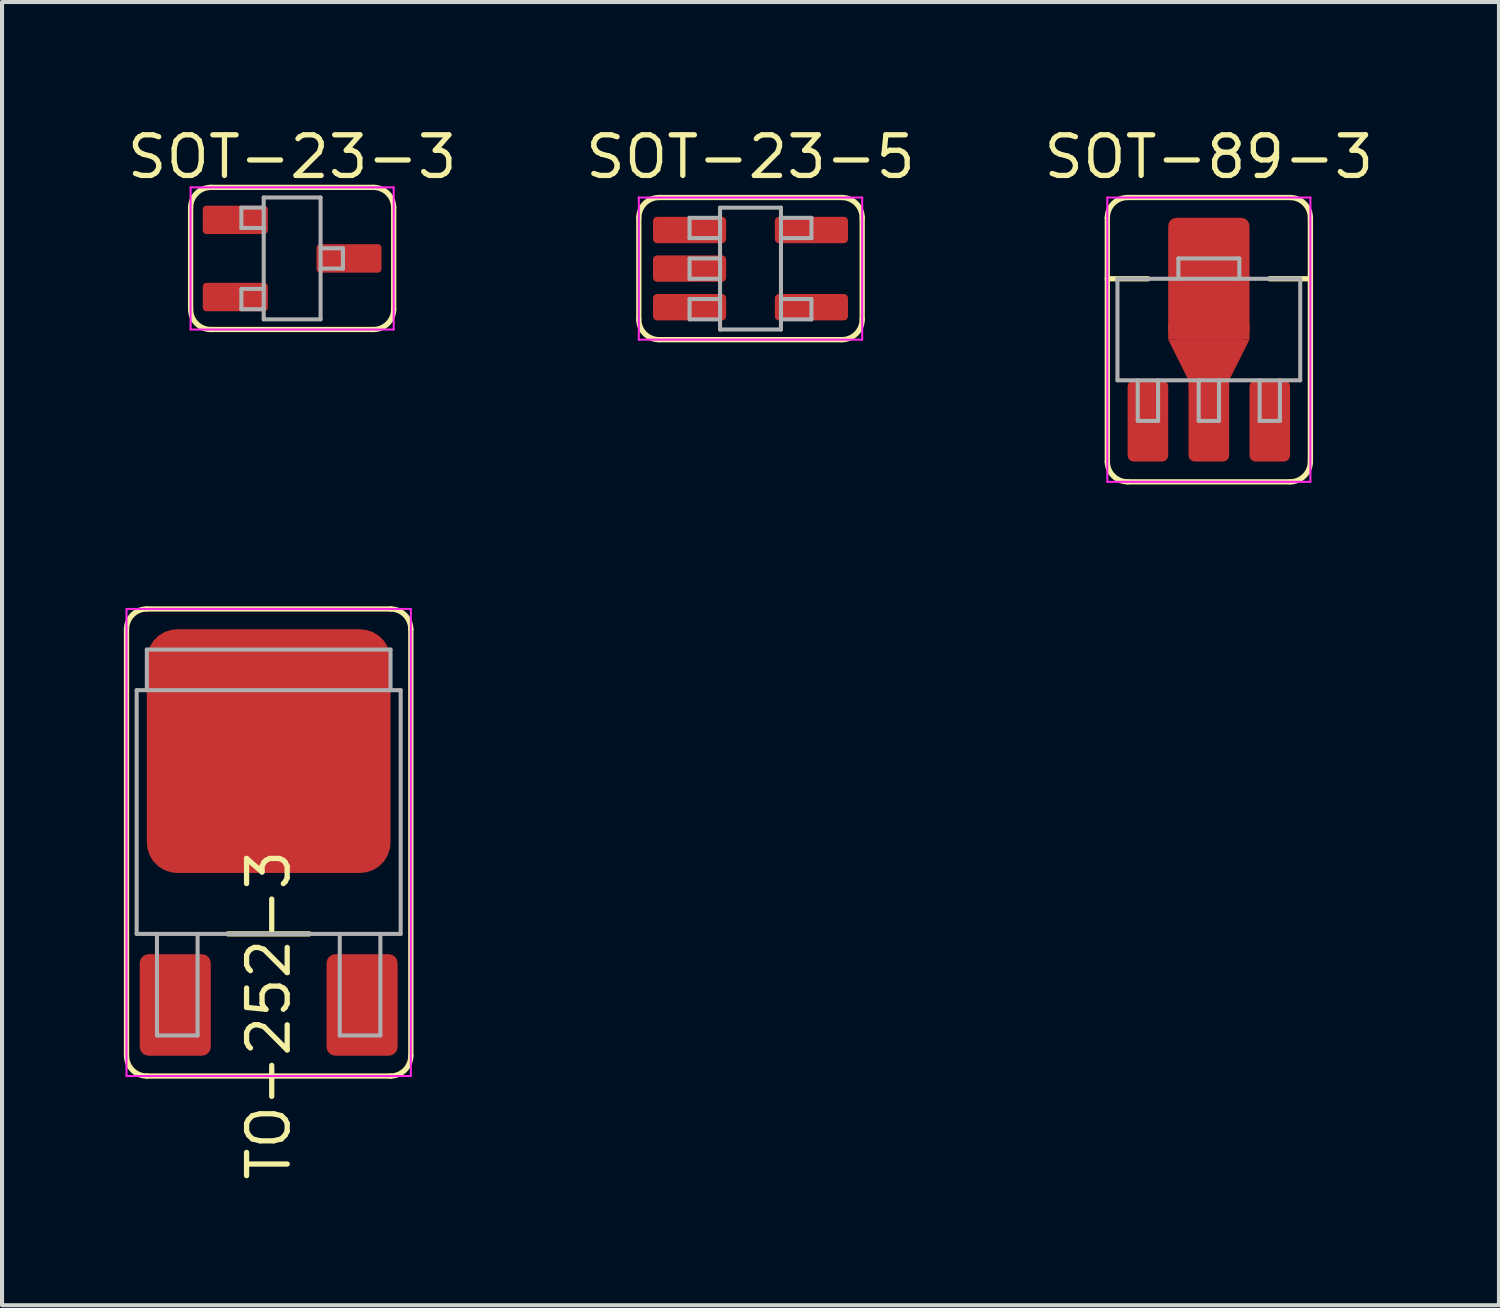
<source format=kicad_pcb>
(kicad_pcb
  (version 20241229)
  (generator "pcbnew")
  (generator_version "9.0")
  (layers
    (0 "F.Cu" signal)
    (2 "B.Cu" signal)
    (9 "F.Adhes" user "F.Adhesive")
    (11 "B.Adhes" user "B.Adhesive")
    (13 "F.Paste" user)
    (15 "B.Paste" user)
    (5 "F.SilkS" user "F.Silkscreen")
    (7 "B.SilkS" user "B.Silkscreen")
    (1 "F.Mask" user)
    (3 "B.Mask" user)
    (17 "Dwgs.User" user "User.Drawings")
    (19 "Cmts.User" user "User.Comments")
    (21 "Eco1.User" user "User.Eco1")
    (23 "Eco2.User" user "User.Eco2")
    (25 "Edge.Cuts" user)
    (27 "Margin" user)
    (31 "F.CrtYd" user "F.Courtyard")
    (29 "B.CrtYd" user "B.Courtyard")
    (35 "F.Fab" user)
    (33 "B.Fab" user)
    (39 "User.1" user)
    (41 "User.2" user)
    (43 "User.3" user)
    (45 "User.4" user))
  (footprint "SOT-89-3"
    (layer "F.Cu")
    (at 26.713 6.313)
    (property "Reference" "SOT-89-3" (at 0 -5.5 0) (layer "F.SilkS") (effects (font (size 1 1) (thickness 0.13))))
    (attr smd)
    (fp_line (start -2.5 2) (end -2.5 -4) (stroke (width 0.13) (type solid)) (layer "F.SilkS"))
    (fp_line (start -2 -4.5) (end 2 -4.5) (stroke (width 0.13) (type solid)) (layer "F.SilkS"))
    (fp_line (start -1.5 -2.5) (end -2.5 -2.5) (stroke (width 0.13) (type solid)) (layer "F.SilkS"))
    (fp_line (start 1.5 -2.5) (end 2.5 -2.5) (stroke (width 0.13) (type solid)) (layer "F.SilkS"))
    (fp_line (start 2 2.5) (end -2 2.5) (stroke (width 0.13) (type solid)) (layer "F.SilkS"))
    (fp_line (start 2.5 -4) (end 2.5 2) (stroke (width 0.13) (type solid)) (layer "F.SilkS"))
    (fp_arc (start -2.5 -4) (mid -2.353553 -4.353553) (end -2 -4.5) (stroke (width 0.13) (type solid)) (layer "F.SilkS"))
    (fp_arc (start -2 2.5) (mid -2.353553 2.353553) (end -2.5 2) (stroke (width 0.13) (type solid)) (layer "F.SilkS"))
    (fp_arc (start 2 -4.5) (mid 2.353553 -4.353553) (end 2.5 -4) (stroke (width 0.13) (type solid)) (layer "F.SilkS"))
    (fp_arc (start 2.5 2) (mid 2.353553 2.353553) (end 2 2.5) (stroke (width 0.13) (type solid)) (layer "F.SilkS"))
    (fp_line (start -2.5 -4.5) (end -2.5 2.5) (stroke (width 0.05) (type solid)) (layer "F.CrtYd"))
    (fp_line (start -2.5 2.5) (end 2.5 2.5) (stroke (width 0.05) (type solid)) (layer "F.CrtYd"))
    (fp_line (start 2.5 -4.5) (end -2.5 -4.5) (stroke (width 0.05) (type solid)) (layer "F.CrtYd"))
    (fp_line (start 2.5 2.5) (end 2.5 -4.5) (stroke (width 0.05) (type solid)) (layer "F.CrtYd"))
    (fp_line (start -2.25 -2.5) (end 2.25 -2.5) (stroke (width 0.1) (type solid)) (layer "F.Fab"))
    (fp_line (start -2.25 0) (end -2.25 -2.5) (stroke (width 0.1) (type solid)) (layer "F.Fab"))
    (fp_line (start -1.75 1) (end -1.75 0) (stroke (width 0.1) (type solid)) (layer "F.Fab"))
    (fp_line (start -1.25 0) (end -1.25 1) (stroke (width 0.1) (type solid)) (layer "F.Fab"))
    (fp_line (start -1.25 1) (end -1.75 1) (stroke (width 0.1) (type solid)) (layer "F.Fab"))
    (fp_line (start -0.75 -3) (end 0.75 -3) (stroke (width 0.1) (type solid)) (layer "F.Fab"))
    (fp_line (start -0.75 -2.5) (end -0.75 -3) (stroke (width 0.1) (type solid)) (layer "F.Fab"))
    (fp_line (start -0.25 0) (end -0.25 1) (stroke (width 0.1) (type solid)) (layer "F.Fab"))
    (fp_line (start -0.25 1) (end 0.25 1) (stroke (width 0.1) (type solid)) (layer "F.Fab"))
    (fp_line (start 0.25 1) (end 0.25 0) (stroke (width 0.1) (type solid)) (layer "F.Fab"))
    (fp_line (start 0.75 -3) (end 0.75 -2.5) (stroke (width 0.1) (type solid)) (layer "F.Fab"))
    (fp_line (start 1.25 0) (end 1.25 1) (stroke (width 0.1) (type solid)) (layer "F.Fab"))
    (fp_line (start 1.25 1) (end 1.75 1) (stroke (width 0.1) (type solid)) (layer "F.Fab"))
    (fp_line (start 1.75 1) (end 1.75 0) (stroke (width 0.1) (type solid)) (layer "F.Fab"))
    (fp_line (start 2.25 -2.5) (end 2.25 0) (stroke (width 0.1) (type solid)) (layer "F.Fab"))
    (fp_line (start 2.25 0) (end -2.25 0) (stroke (width 0.1) (type solid)) (layer "F.Fab"))
    (pad "1" smd roundrect (at -1.5 1) (size 1 2) (layers "F.Cu" "F.Mask" "F.Paste") (roundrect_rratio 0.15))
    (pad "2" smd roundrect (at 0 -2.5) (size 2 3) (layers "F.Cu" "F.Mask" "F.Paste") (roundrect_rratio 0.1))
    (pad "2" smd rect (at 0 -1.2) (size 2 0.4) (layers "F.Cu" "F.Mask" "F.Paste"))
    (pad "2" smd trapezoid (at 0 -0.5 180) (size 1.5 1) (rect_delta 0 0.5) (layers "F.Cu" "F.Mask" "F.Paste"))
    (pad "2" smd rect (at 0 0) (size 1 0.4) (layers "F.Cu" "F.Mask" "F.Paste"))
    (pad "2" smd roundrect (at 0 1) (size 1 2) (layers "F.Cu" "F.Mask" "F.Paste") (roundrect_rratio 0.15))
    (pad "3" smd roundrect (at 1.5 1) (size 1 2) (layers "F.Cu" "F.Mask" "F.Paste") (roundrect_rratio 0.15)))
  (footprint "SOT-23-5"
    (layer "F.Cu")
    (at 15.428 3.563)
    (property "Reference" "SOT-23-5" (at 0 -2.75 0) (layer "F.SilkS") (effects (font (size 1 1) (thickness 0.13))))
    (attr smd)
    (fp_line (start -2.75 -1.25) (end -2.75 1.25) (stroke (width 0.13) (type solid)) (layer "F.SilkS"))
    (fp_line (start -2.25 1.75) (end 2.25 1.75) (stroke (width 0.13) (type solid)) (layer "F.SilkS"))
    (fp_line (start 2.25 -1.75) (end -2.25 -1.75) (stroke (width 0.13) (type solid)) (layer "F.SilkS"))
    (fp_line (start 2.75 1.25) (end 2.75 -1.25) (stroke (width 0.13) (type solid)) (layer "F.SilkS"))
    (fp_arc (start -2.75 -1.25) (mid -2.603553 -1.603553) (end -2.25 -1.75) (stroke (width 0.13) (type solid)) (layer "F.SilkS"))
    (fp_arc (start -2.25 1.75) (mid -2.603553 1.603553) (end -2.75 1.25) (stroke (width 0.13) (type solid)) (layer "F.SilkS"))
    (fp_arc (start 2.25 -1.75) (mid 2.603553 -1.603553) (end 2.75 -1.25) (stroke (width 0.13) (type solid)) (layer "F.SilkS"))
    (fp_arc (start 2.75 1.25) (mid 2.603553 1.603553) (end 2.25 1.75) (stroke (width 0.13) (type solid)) (layer "F.SilkS"))
    (fp_line (start -2.75 -1.75) (end -2.75 1.75) (stroke (width 0.05) (type solid)) (layer "F.CrtYd"))
    (fp_line (start -2.75 1.75) (end 2.75 1.75) (stroke (width 0.05) (type solid)) (layer "F.CrtYd"))
    (fp_line (start 2.75 -1.75) (end -2.75 -1.75) (stroke (width 0.05) (type solid)) (layer "F.CrtYd"))
    (fp_line (start 2.75 1.75) (end 2.75 -1.75) (stroke (width 0.05) (type solid)) (layer "F.CrtYd"))
    (fp_line (start -1.5 -1.25) (end -0.75 -1.25) (stroke (width 0.1) (type solid)) (layer "F.Fab"))
    (fp_line (start -1.5 -0.75) (end -1.5 -1.25) (stroke (width 0.1) (type solid)) (layer "F.Fab"))
    (fp_line (start -1.5 -0.25) (end -0.75 -0.25) (stroke (width 0.1) (type solid)) (layer "F.Fab"))
    (fp_line (start -1.5 0.25) (end -1.5 -0.25) (stroke (width 0.1) (type solid)) (layer "F.Fab"))
    (fp_line (start -1.5 0.75) (end -1.5 1.25) (stroke (width 0.1) (type solid)) (layer "F.Fab"))
    (fp_line (start -1.5 1.25) (end -0.75 1.25) (stroke (width 0.1) (type solid)) (layer "F.Fab"))
    (fp_line (start -0.75 -1.5) (end 0.75 -1.5) (stroke (width 0.1) (type solid)) (layer "F.Fab"))
    (fp_line (start -0.75 -0.75) (end -1.5 -0.75) (stroke (width 0.1) (type solid)) (layer "F.Fab"))
    (fp_line (start -0.75 0.25) (end -1.5 0.25) (stroke (width 0.1) (type solid)) (layer "F.Fab"))
    (fp_line (start -0.75 0.75) (end -1.5 0.75) (stroke (width 0.1) (type solid)) (layer "F.Fab"))
    (fp_line (start -0.75 1.5) (end -0.75 -1.5) (stroke (width 0.1) (type solid)) (layer "F.Fab"))
    (fp_line (start 0.75 -1.25) (end 1.5 -1.25) (stroke (width 0.1) (type solid)) (layer "F.Fab"))
    (fp_line (start 0.75 0.75) (end 1.5 0.75) (stroke (width 0.1) (type solid)) (layer "F.Fab"))
    (fp_line (start 0.75 1.5) (end -0.75 1.5) (stroke (width 0.1) (type solid)) (layer "F.Fab"))
    (fp_line (start 0.75 1.5) (end 0.75 -1.5) (stroke (width 0.1) (type solid)) (layer "F.Fab"))
    (fp_line (start 1.5 -1.25) (end 1.5 -0.75) (stroke (width 0.1) (type solid)) (layer "F.Fab"))
    (fp_line (start 1.5 -0.75) (end 0.75 -0.75) (stroke (width 0.1) (type solid)) (layer "F.Fab"))
    (fp_line (start 1.5 0.75) (end 1.5 1.25) (stroke (width 0.1) (type solid)) (layer "F.Fab"))
    (fp_line (start 1.5 1.25) (end 0.75 1.25) (stroke (width 0.1) (type solid)) (layer "F.Fab"))
    (pad "1" smd roundrect (at -1.5 -0.95) (size 1.8 0.65) (layers "F.Cu" "F.Mask" "F.Paste") (roundrect_rratio 0.154))
    (pad "2" smd roundrect (at -1.5 0) (size 1.8 0.65) (layers "F.Cu" "F.Mask" "F.Paste") (roundrect_rratio 0.154))
    (pad "3" smd roundrect (at -1.5 0.95) (size 1.8 0.65) (layers "F.Cu" "F.Mask" "F.Paste") (roundrect_rratio 0.154))
    (pad "4" smd roundrect (at 1.5 0.95) (size 1.8 0.65) (layers "F.Cu" "F.Mask" "F.Paste") (roundrect_rratio 0.154))
    (pad "5" smd roundrect (at 1.5 -0.95) (size 1.8 0.65) (layers "F.Cu" "F.Mask" "F.Paste") (roundrect_rratio 0.154)))
  (footprint "TO-252-3"
    (layer "F.Cu")
    (at 3.565 18.443)
    (property "Reference" "TO-252-3" (at 0 3.5 90) (layer "F.SilkS") (effects (font (size 1 1) (thickness 0.13))))
    (attr smd)
    (fp_line (start -3.5 -6) (end -3.5 4.5) (stroke (width 0.13) (type solid)) (layer "F.SilkS"))
    (fp_line (start -3 5) (end 3 5) (stroke (width 0.13) (type solid)) (layer "F.SilkS"))
    (fp_line (start -1 1.5) (end 1 1.5) (stroke (width 0.13) (type solid)) (layer "F.SilkS"))
    (fp_line (start 3 -6.5) (end -3 -6.5) (stroke (width 0.13) (type solid)) (layer "F.SilkS"))
    (fp_line (start 3.5 4.5) (end 3.5 -6) (stroke (width 0.13) (type solid)) (layer "F.SilkS"))
    (fp_arc (start -3.5 -6) (mid -3.353553 -6.353553) (end -3 -6.5) (stroke (width 0.13) (type solid)) (layer "F.SilkS"))
    (fp_arc (start -3 5) (mid -3.353553 4.853553) (end -3.5 4.5) (stroke (width 0.13) (type solid)) (layer "F.SilkS"))
    (fp_arc (start 3 -6.5) (mid 3.353553 -6.353553) (end 3.5 -6) (stroke (width 0.13) (type solid)) (layer "F.SilkS"))
    (fp_arc (start 3.5 4.5) (mid 3.353553 4.853553) (end 3 5) (stroke (width 0.13) (type solid)) (layer "F.SilkS"))
    (fp_line (start -3.5 -6.5) (end -3.5 5) (stroke (width 0.05) (type solid)) (layer "F.CrtYd"))
    (fp_line (start -3.5 5) (end 3.5 5) (stroke (width 0.05) (type solid)) (layer "F.CrtYd"))
    (fp_line (start 3.5 -6.5) (end -3.5 -6.5) (stroke (width 0.05) (type solid)) (layer "F.CrtYd"))
    (fp_line (start 3.5 5) (end 3.5 -6.5) (stroke (width 0.05) (type solid)) (layer "F.CrtYd"))
    (fp_line (start -3.25 -4.5) (end -3.25 1.5) (stroke (width 0.1) (type solid)) (layer "F.Fab"))
    (fp_line (start -3 -5.5) (end 3 -5.5) (stroke (width 0.1) (type solid)) (layer "F.Fab"))
    (fp_line (start -3 -4.5) (end -3 -5.5) (stroke (width 0.1) (type solid)) (layer "F.Fab"))
    (fp_line (start -2.75 1.5) (end -2.75 4) (stroke (width 0.1) (type solid)) (layer "F.Fab"))
    (fp_line (start -2.75 4) (end -1.75 4) (stroke (width 0.1) (type solid)) (layer "F.Fab"))
    (fp_line (start -1.75 4) (end -1.75 1.5) (stroke (width 0.1) (type solid)) (layer "F.Fab"))
    (fp_line (start 1.75 1.5) (end 1.75 4) (stroke (width 0.1) (type solid)) (layer "F.Fab"))
    (fp_line (start 1.75 4) (end 2.75 4) (stroke (width 0.1) (type solid)) (layer "F.Fab"))
    (fp_line (start 2.75 4) (end 2.75 1.5) (stroke (width 0.1) (type solid)) (layer "F.Fab"))
    (fp_line (start 3 -5.5) (end 3 -4.5) (stroke (width 0.1) (type solid)) (layer "F.Fab"))
    (fp_line (start 3.25 -4.5) (end -3.25 -4.5) (stroke (width 0.1) (type solid)) (layer "F.Fab"))
    (fp_line (start 3.25 1.5) (end -3.25 1.5) (stroke (width 0.1) (type solid)) (layer "F.Fab"))
    (fp_line (start 3.25 1.5) (end 3.25 -4.5) (stroke (width 0.1) (type solid)) (layer "F.Fab"))
    (pad "" smd roundrect (at -1.6 -4.6) (size 2.75 2.75) (layers "F.Paste") (roundrect_rratio 0.25))
    (pad "" smd roundrect (at -1.6 -1.4) (size 2.75 2.75) (layers "F.Paste") (roundrect_rratio 0.25))
    (pad "" smd roundrect (at 1.6 -4.6) (size 2.75 2.75) (layers "F.Paste") (roundrect_rratio 0.25))
    (pad "" smd roundrect (at 1.6 -1.4) (size 2.75 2.75) (layers "F.Paste") (roundrect_rratio 0.25))
    (pad "1" smd roundrect (at -2.3 3.25) (size 1.75 2.5) (layers "F.Cu" "F.Mask" "F.Paste") (roundrect_rratio 0.125))
    (pad "2" smd roundrect (at 0 -3) (size 6 6) (layers "F.Cu" "F.Mask") (roundrect_rratio 0.125))
    (pad "3" smd roundrect (at 2.3 3.25) (size 1.75 2.5) (layers "F.Cu" "F.Mask" "F.Paste") (roundrect_rratio 0.125)))
  (footprint "SOT-23-3"
    (layer "F.Cu")
    (at 4.143 3.313)
    (property "Reference" "SOT-23-3" (at 0 -2.5 0) (layer "F.SilkS") (effects (font (size 1 1) (thickness 0.13))))
    (attr smd)
    (fp_line (start -2.5 -1.25) (end -2.5 1.25) (stroke (width 0.13) (type solid)) (layer "F.SilkS"))
    (fp_line (start -2 1.75) (end 2 1.75) (stroke (width 0.13) (type solid)) (layer "F.SilkS"))
    (fp_line (start 2 -1.75) (end -2 -1.75) (stroke (width 0.13) (type solid)) (layer "F.SilkS"))
    (fp_line (start 2.5 1.25) (end 2.5 -1.25) (stroke (width 0.13) (type solid)) (layer "F.SilkS"))
    (fp_arc (start -2.5 -1.25) (mid -2.353553 -1.603553) (end -2 -1.75) (stroke (width 0.13) (type solid)) (layer "F.SilkS"))
    (fp_arc (start -2 1.75) (mid -2.353553 1.603553) (end -2.5 1.25) (stroke (width 0.13) (type solid)) (layer "F.SilkS"))
    (fp_arc (start 2 -1.75) (mid 2.353553 -1.603553) (end 2.5 -1.25) (stroke (width 0.13) (type solid)) (layer "F.SilkS"))
    (fp_arc (start 2.5 1.25) (mid 2.353553 1.603553) (end 2 1.75) (stroke (width 0.13) (type solid)) (layer "F.SilkS"))
    (fp_line (start -2.5 -1.75) (end -2.5 1.75) (stroke (width 0.05) (type solid)) (layer "F.CrtYd"))
    (fp_line (start -2.5 1.75) (end 2.5 1.75) (stroke (width 0.05) (type solid)) (layer "F.CrtYd"))
    (fp_line (start 2.5 -1.75) (end -2.5 -1.75) (stroke (width 0.05) (type solid)) (layer "F.CrtYd"))
    (fp_line (start 2.5 1.75) (end 2.5 -1.75) (stroke (width 0.05) (type solid)) (layer "F.CrtYd"))
    (fp_line (start -1.25 -1.25) (end -0.7 -1.25) (stroke (width 0.1) (type solid)) (layer "F.Fab"))
    (fp_line (start -1.25 -0.75) (end -1.25 -1.25) (stroke (width 0.1) (type solid)) (layer "F.Fab"))
    (fp_line (start -1.25 0.75) (end -1.25 1.25) (stroke (width 0.1) (type solid)) (layer "F.Fab"))
    (fp_line (start -1.25 1.25) (end -0.7 1.25) (stroke (width 0.1) (type solid)) (layer "F.Fab"))
    (fp_line (start -0.7 -1.5) (end 0.7 -1.5) (stroke (width 0.1) (type solid)) (layer "F.Fab"))
    (fp_line (start -0.7 -0.75) (end -1.25 -0.75) (stroke (width 0.1) (type solid)) (layer "F.Fab"))
    (fp_line (start -0.7 0.75) (end -1.25 0.75) (stroke (width 0.1) (type solid)) (layer "F.Fab"))
    (fp_line (start -0.7 1.5) (end -0.7 -1.5) (stroke (width 0.1) (type solid)) (layer "F.Fab"))
    (fp_line (start 0.7 -0.25) (end 1.25 -0.25) (stroke (width 0.1) (type solid)) (layer "F.Fab"))
    (fp_line (start 0.7 1.5) (end -0.7 1.5) (stroke (width 0.1) (type solid)) (layer "F.Fab"))
    (fp_line (start 0.7 1.5) (end 0.7 -1.5) (stroke (width 0.1) (type solid)) (layer "F.Fab"))
    (fp_line (start 1.25 -0.25) (end 1.25 0.25) (stroke (width 0.1) (type solid)) (layer "F.Fab"))
    (fp_line (start 1.25 0.25) (end 0.7 0.25) (stroke (width 0.1) (type solid)) (layer "F.Fab"))
    (pad "1" smd roundrect (at -1.4 -0.95) (size 1.6 0.7) (layers "F.Cu" "F.Mask" "F.Paste") (roundrect_rratio 0.125))
    (pad "2" smd roundrect (at -1.4 0.95) (size 1.6 0.7) (layers "F.Cu" "F.Mask" "F.Paste") (roundrect_rratio 0.125))
    (pad "3" smd roundrect (at 1.4 0) (size 1.6 0.7) (layers "F.Cu" "F.Mask" "F.Paste") (roundrect_rratio 0.125)))
  (gr_rect
    (start -3 -3)
    (end 33.856 29.086)
    (stroke (width 0.1) (type default))
    (fill no)
    (layer "Edge.Cuts")))
</source>
